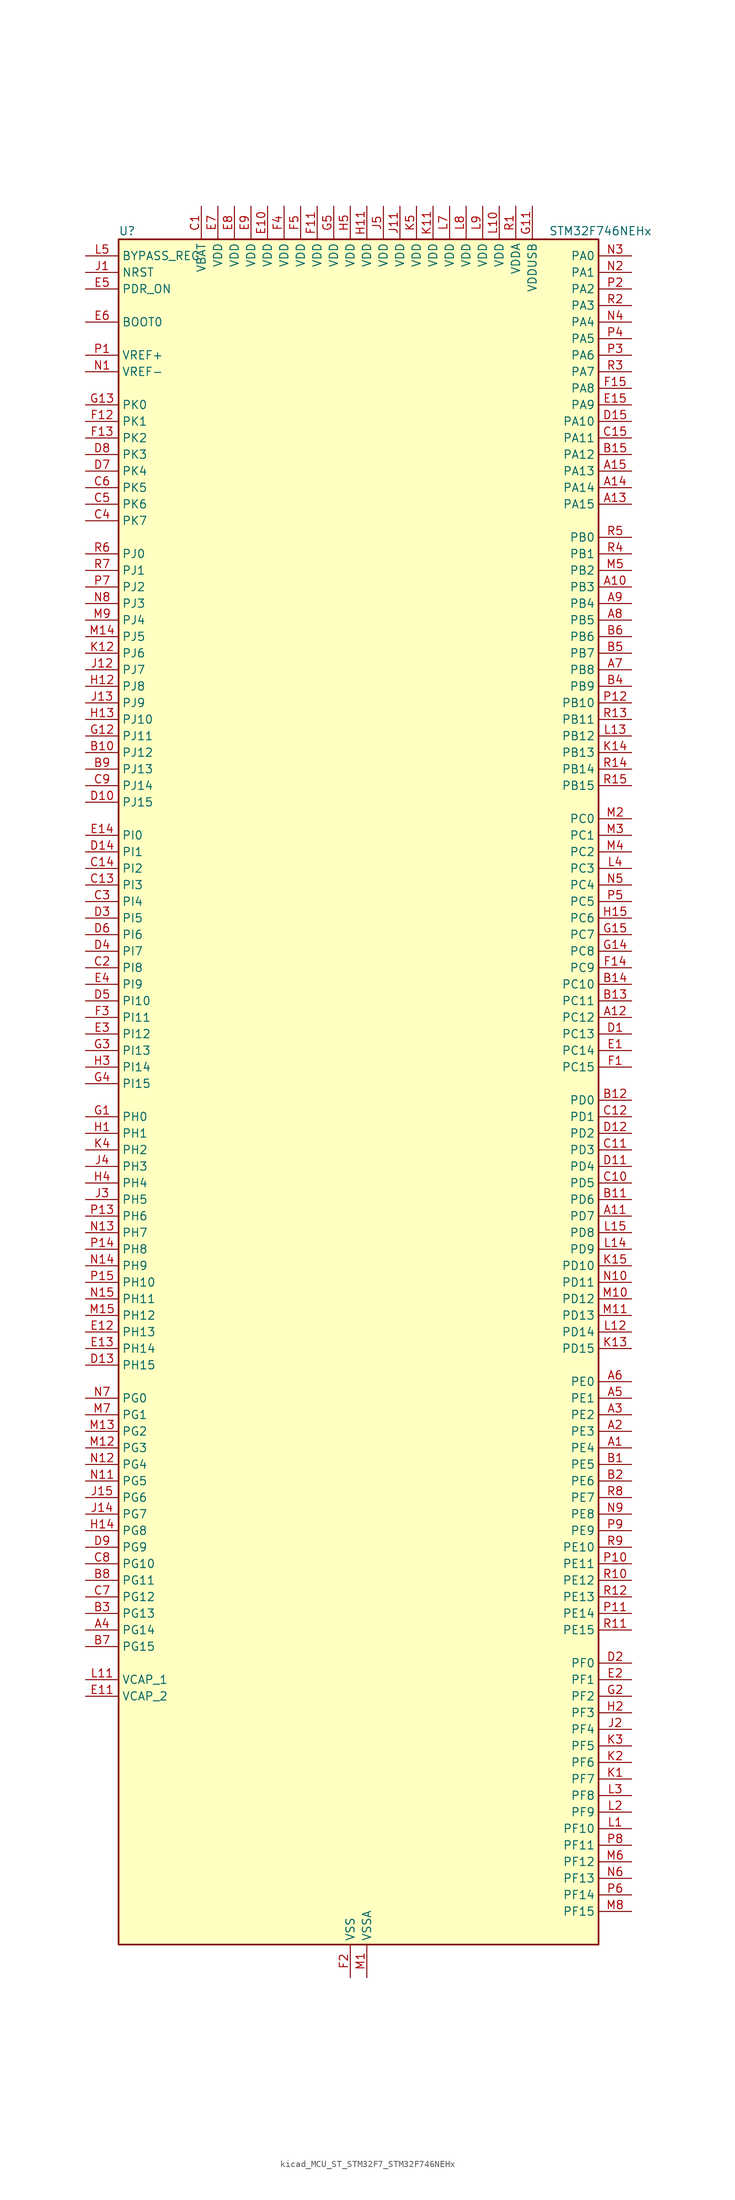
<source format=kicad_sym>
(kicad_symbol_lib
  (version 20220914)
  (generator kicad_symbol_editor)
  (symbol "kicad_MCU_ST_STM32F7_STM32F746NEHx"
    (property "Reference" "U"
      (at -35.56 133.35 0)
      (effects (font (size 1.27 1.27)) (justify left)))
    (property "Value" "STM32F746NEHx"
      (at 30.48 133.35 0)
      (effects (font (size 1.27 1.27)) (justify left)))
    (property "ki_locked" ""
      (at 0 0 0)
      (effects (font (size 1.27 1.27))))
    (symbol "kicad_MCU_ST_STM32F7_STM32F746NEHx_0_1"
      (rectangle (start -35.56 -129.54) (end 38.1 132.08) (stroke (width 0.254) (type default)) (fill (type background))))
    (symbol "kicad_MCU_ST_STM32F7_STM32F746NEHx_1_1"
      (pin bidirectional line (at 43.18 -53.34 180) (length 5.08) (name "PE4" (effects (font (size 1.27 1.27)))) (number "A1" (effects (font (size 1.27 1.27)))) (alternate "DCMI_D4" bidirectional line) (alternate "FMC_A20" bidirectional line) (alternate "LTDC_B0" bidirectional line) (alternate "SAI1_FS_A" bidirectional line) (alternate "SPI4_NSS" bidirectional line) (alternate "SYS_TRACED1" bidirectional line))
      (pin bidirectional line (at 43.18 78.74 180) (length 5.08) (name "PB3" (effects (font (size 1.27 1.27)))) (number "A10" (effects (font (size 1.27 1.27)))) (alternate "I2S1_CK" bidirectional line) (alternate "I2S3_CK" bidirectional line) (alternate "SPI1_SCK" bidirectional line) (alternate "SPI3_SCK" bidirectional line) (alternate "SYS_JTDO-SWO" bidirectional line) (alternate "TIM2_CH2" bidirectional line))
      (pin bidirectional line (at 43.18 -17.78 180) (length 5.08) (name "PD7" (effects (font (size 1.27 1.27)))) (number "A11" (effects (font (size 1.27 1.27)))) (alternate "FMC_NE1" bidirectional line) (alternate "SPDIFRX_IN0" bidirectional line) (alternate "USART2_CK" bidirectional line))
      (pin bidirectional line (at 43.18 12.7 180) (length 5.08) (name "PC12" (effects (font (size 1.27 1.27)))) (number "A12" (effects (font (size 1.27 1.27)))) (alternate "DCMI_D9" bidirectional line) (alternate "I2S3_SD" bidirectional line) (alternate "SDMMC1_CK" bidirectional line) (alternate "SPI3_MOSI" bidirectional line) (alternate "SYS_TRACED3" bidirectional line) (alternate "UART5_TX" bidirectional line) (alternate "USART3_CK" bidirectional line))
      (pin bidirectional line (at 43.18 91.44 180) (length 5.08) (name "PA15" (effects (font (size 1.27 1.27)))) (number "A13" (effects (font (size 1.27 1.27)))) (alternate "CEC" bidirectional line) (alternate "I2S1_WS" bidirectional line) (alternate "I2S3_WS" bidirectional line) (alternate "SPI1_NSS" bidirectional line) (alternate "SPI3_NSS" bidirectional line) (alternate "SYS_JTDI" bidirectional line) (alternate "TIM2_CH1" bidirectional line) (alternate "TIM2_ETR" bidirectional line) (alternate "UART4_DE" bidirectional line) (alternate "UART4_RTS" bidirectional line))
      (pin bidirectional line (at 43.18 93.98 180) (length 5.08) (name "PA14" (effects (font (size 1.27 1.27)))) (number "A14" (effects (font (size 1.27 1.27)))) (alternate "SYS_JTCK-SWCLK" bidirectional line))
      (pin bidirectional line (at 43.18 96.52 180) (length 5.08) (name "PA13" (effects (font (size 1.27 1.27)))) (number "A15" (effects (font (size 1.27 1.27)))) (alternate "SYS_JTMS-SWDIO" bidirectional line))
      (pin bidirectional line (at 43.18 -50.8 180) (length 5.08) (name "PE3" (effects (font (size 1.27 1.27)))) (number "A2" (effects (font (size 1.27 1.27)))) (alternate "FMC_A19" bidirectional line) (alternate "SAI1_SD_B" bidirectional line) (alternate "SYS_TRACED0" bidirectional line))
      (pin bidirectional line (at 43.18 -48.26 180) (length 5.08) (name "PE2" (effects (font (size 1.27 1.27)))) (number "A3" (effects (font (size 1.27 1.27)))) (alternate "ETH_TXD3" bidirectional line) (alternate "FMC_A23" bidirectional line) (alternate "QUADSPI_BK1_IO2" bidirectional line) (alternate "SAI1_MCLK_A" bidirectional line) (alternate "SPI4_SCK" bidirectional line) (alternate "SYS_TRACECLK" bidirectional line))
      (pin bidirectional line (at -40.64 -81.28 0) (length 5.08) (name "PG14" (effects (font (size 1.27 1.27)))) (number "A4" (effects (font (size 1.27 1.27)))) (alternate "ETH_TXD1" bidirectional line) (alternate "FMC_A25" bidirectional line) (alternate "LPTIM1_ETR" bidirectional line) (alternate "LTDC_B0" bidirectional line) (alternate "QUADSPI_BK2_IO3" bidirectional line) (alternate "SPI6_MOSI" bidirectional line) (alternate "SYS_TRACED1" bidirectional line) (alternate "USART6_TX" bidirectional line))
      (pin bidirectional line (at 43.18 -45.72 180) (length 5.08) (name "PE1" (effects (font (size 1.27 1.27)))) (number "A5" (effects (font (size 1.27 1.27)))) (alternate "DCMI_D3" bidirectional line) (alternate "FMC_NBL1" bidirectional line) (alternate "LPTIM1_IN2" bidirectional line) (alternate "UART8_TX" bidirectional line))
      (pin bidirectional line (at 43.18 -43.18 180) (length 5.08) (name "PE0" (effects (font (size 1.27 1.27)))) (number "A6" (effects (font (size 1.27 1.27)))) (alternate "DCMI_D2" bidirectional line) (alternate "FMC_NBL0" bidirectional line) (alternate "LPTIM1_ETR" bidirectional line) (alternate "SAI2_MCLK_A" bidirectional line) (alternate "TIM4_ETR" bidirectional line) (alternate "UART8_RX" bidirectional line))
      (pin bidirectional line (at 43.18 66.04 180) (length 5.08) (name "PB8" (effects (font (size 1.27 1.27)))) (number "A7" (effects (font (size 1.27 1.27)))) (alternate "CAN1_RX" bidirectional line) (alternate "DCMI_D6" bidirectional line) (alternate "ETH_TXD3" bidirectional line) (alternate "I2C1_SCL" bidirectional line) (alternate "LTDC_B6" bidirectional line) (alternate "SDMMC1_D4" bidirectional line) (alternate "TIM10_CH1" bidirectional line) (alternate "TIM4_CH3" bidirectional line))
      (pin bidirectional line (at 43.18 73.66 180) (length 5.08) (name "PB5" (effects (font (size 1.27 1.27)))) (number "A8" (effects (font (size 1.27 1.27)))) (alternate "CAN2_RX" bidirectional line) (alternate "DCMI_D10" bidirectional line) (alternate "ETH_PPS_OUT" bidirectional line) (alternate "FMC_SDCKE1" bidirectional line) (alternate "I2C1_SMBA" bidirectional line) (alternate "I2S1_SD" bidirectional line) (alternate "I2S3_SD" bidirectional line) (alternate "SPI1_MOSI" bidirectional line) (alternate "SPI3_MOSI" bidirectional line) (alternate "TIM3_CH2" bidirectional line) (alternate "USB_OTG_HS_ULPI_D7" bidirectional line))
      (pin bidirectional line (at 43.18 76.2 180) (length 5.08) (name "PB4" (effects (font (size 1.27 1.27)))) (number "A9" (effects (font (size 1.27 1.27)))) (alternate "I2S2_WS" bidirectional line) (alternate "SPI1_MISO" bidirectional line) (alternate "SPI2_NSS" bidirectional line) (alternate "SPI3_MISO" bidirectional line) (alternate "SYS_JTRST" bidirectional line) (alternate "TIM3_CH1" bidirectional line))
      (pin bidirectional line (at 43.18 -55.88 180) (length 5.08) (name "PE5" (effects (font (size 1.27 1.27)))) (number "B1" (effects (font (size 1.27 1.27)))) (alternate "DCMI_D6" bidirectional line) (alternate "FMC_A21" bidirectional line) (alternate "LTDC_G0" bidirectional line) (alternate "SAI1_SCK_A" bidirectional line) (alternate "SPI4_MISO" bidirectional line) (alternate "SYS_TRACED2" bidirectional line) (alternate "TIM9_CH1" bidirectional line))
      (pin bidirectional line (at -40.64 53.34 0) (length 5.08) (name "PJ12" (effects (font (size 1.27 1.27)))) (number "B10" (effects (font (size 1.27 1.27)))) (alternate "LTDC_B0" bidirectional line))
      (pin bidirectional line (at 43.18 -15.24 180) (length 5.08) (name "PD6" (effects (font (size 1.27 1.27)))) (number "B11" (effects (font (size 1.27 1.27)))) (alternate "DCMI_D10" bidirectional line) (alternate "FMC_NWAIT" bidirectional line) (alternate "I2S3_SD" bidirectional line) (alternate "LTDC_B2" bidirectional line) (alternate "SAI1_SD_A" bidirectional line) (alternate "SPI3_MOSI" bidirectional line) (alternate "USART2_RX" bidirectional line))
      (pin bidirectional line (at 43.18 0 180) (length 5.08) (name "PD0" (effects (font (size 1.27 1.27)))) (number "B12" (effects (font (size 1.27 1.27)))) (alternate "CAN1_RX" bidirectional line) (alternate "FMC_D2" bidirectional line) (alternate "FMC_DA2" bidirectional line))
      (pin bidirectional line (at 43.18 15.24 180) (length 5.08) (name "PC11" (effects (font (size 1.27 1.27)))) (number "B13" (effects (font (size 1.27 1.27)))) (alternate "ADC1_EXTI11" bidirectional line) (alternate "ADC2_EXTI11" bidirectional line) (alternate "ADC3_EXTI11" bidirectional line) (alternate "DCMI_D4" bidirectional line) (alternate "QUADSPI_BK2_NCS" bidirectional line) (alternate "SDMMC1_D3" bidirectional line) (alternate "SPI3_MISO" bidirectional line) (alternate "UART4_RX" bidirectional line) (alternate "USART3_RX" bidirectional line))
      (pin bidirectional line (at 43.18 17.78 180) (length 5.08) (name "PC10" (effects (font (size 1.27 1.27)))) (number "B14" (effects (font (size 1.27 1.27)))) (alternate "DCMI_D8" bidirectional line) (alternate "I2S3_CK" bidirectional line) (alternate "LTDC_R2" bidirectional line) (alternate "QUADSPI_BK1_IO1" bidirectional line) (alternate "SDMMC1_D2" bidirectional line) (alternate "SPI3_SCK" bidirectional line) (alternate "UART4_TX" bidirectional line) (alternate "USART3_TX" bidirectional line))
      (pin bidirectional line (at 43.18 99.06 180) (length 5.08) (name "PA12" (effects (font (size 1.27 1.27)))) (number "B15" (effects (font (size 1.27 1.27)))) (alternate "CAN1_TX" bidirectional line) (alternate "LTDC_R5" bidirectional line) (alternate "SAI2_FS_B" bidirectional line) (alternate "TIM1_ETR" bidirectional line) (alternate "USART1_DE" bidirectional line) (alternate "USART1_RTS" bidirectional line) (alternate "USB_OTG_FS_DP" bidirectional line))
      (pin bidirectional line (at 43.18 -58.42 180) (length 5.08) (name "PE6" (effects (font (size 1.27 1.27)))) (number "B2" (effects (font (size 1.27 1.27)))) (alternate "DCMI_D7" bidirectional line) (alternate "FMC_A22" bidirectional line) (alternate "LTDC_G1" bidirectional line) (alternate "SAI1_SD_A" bidirectional line) (alternate "SAI2_MCLK_B" bidirectional line) (alternate "SPI4_MOSI" bidirectional line) (alternate "SYS_TRACED3" bidirectional line) (alternate "TIM1_BKIN2" bidirectional line) (alternate "TIM9_CH2" bidirectional line))
      (pin bidirectional line (at -40.64 -78.74 0) (length 5.08) (name "PG13" (effects (font (size 1.27 1.27)))) (number "B3" (effects (font (size 1.27 1.27)))) (alternate "ETH_TXD0" bidirectional line) (alternate "FMC_A24" bidirectional line) (alternate "LPTIM1_OUT" bidirectional line) (alternate "LTDC_R0" bidirectional line) (alternate "SPI6_SCK" bidirectional line) (alternate "SYS_TRACED0" bidirectional line) (alternate "USART6_CTS" bidirectional line))
      (pin bidirectional line (at 43.18 63.5 180) (length 5.08) (name "PB9" (effects (font (size 1.27 1.27)))) (number "B4" (effects (font (size 1.27 1.27)))) (alternate "CAN1_TX" bidirectional line) (alternate "DAC_EXTI9" bidirectional line) (alternate "DCMI_D7" bidirectional line) (alternate "I2C1_SDA" bidirectional line) (alternate "I2S2_WS" bidirectional line) (alternate "LTDC_B7" bidirectional line) (alternate "SDMMC1_D5" bidirectional line) (alternate "SPI2_NSS" bidirectional line) (alternate "TIM11_CH1" bidirectional line) (alternate "TIM4_CH4" bidirectional line))
      (pin bidirectional line (at 43.18 68.58 180) (length 5.08) (name "PB7" (effects (font (size 1.27 1.27)))) (number "B5" (effects (font (size 1.27 1.27)))) (alternate "DCMI_VSYNC" bidirectional line) (alternate "FMC_NL" bidirectional line) (alternate "I2C1_SDA" bidirectional line) (alternate "TIM4_CH2" bidirectional line) (alternate "USART1_RX" bidirectional line))
      (pin bidirectional line (at 43.18 71.12 180) (length 5.08) (name "PB6" (effects (font (size 1.27 1.27)))) (number "B6" (effects (font (size 1.27 1.27)))) (alternate "CAN2_TX" bidirectional line) (alternate "CEC" bidirectional line) (alternate "DCMI_D5" bidirectional line) (alternate "FMC_SDNE1" bidirectional line) (alternate "I2C1_SCL" bidirectional line) (alternate "QUADSPI_BK1_NCS" bidirectional line) (alternate "TIM4_CH1" bidirectional line) (alternate "USART1_TX" bidirectional line))
      (pin bidirectional line (at -40.64 -83.82 0) (length 5.08) (name "PG15" (effects (font (size 1.27 1.27)))) (number "B7" (effects (font (size 1.27 1.27)))) (alternate "DCMI_D13" bidirectional line) (alternate "FMC_SDNCAS" bidirectional line) (alternate "USART6_CTS" bidirectional line))
      (pin bidirectional line (at -40.64 -73.66 0) (length 5.08) (name "PG11" (effects (font (size 1.27 1.27)))) (number "B8" (effects (font (size 1.27 1.27)))) (alternate "ADC1_EXTI11" bidirectional line) (alternate "ADC2_EXTI11" bidirectional line) (alternate "ADC3_EXTI11" bidirectional line) (alternate "DCMI_D3" bidirectional line) (alternate "ETH_TX_EN" bidirectional line) (alternate "LTDC_B3" bidirectional line) (alternate "SPDIFRX_IN0" bidirectional line))
      (pin bidirectional line (at -40.64 50.8 0) (length 5.08) (name "PJ13" (effects (font (size 1.27 1.27)))) (number "B9" (effects (font (size 1.27 1.27)))) (alternate "LTDC_B1" bidirectional line))
      (pin power_in line (at -22.86 137.16 270) (length 5.08) (name "VBAT" (effects (font (size 1.27 1.27)))) (number "C1" (effects (font (size 1.27 1.27)))))
      (pin bidirectional line (at 43.18 -12.7 180) (length 5.08) (name "PD5" (effects (font (size 1.27 1.27)))) (number "C10" (effects (font (size 1.27 1.27)))) (alternate "FMC_NWE" bidirectional line) (alternate "USART2_TX" bidirectional line))
      (pin bidirectional line (at 43.18 -7.62 180) (length 5.08) (name "PD3" (effects (font (size 1.27 1.27)))) (number "C11" (effects (font (size 1.27 1.27)))) (alternate "DCMI_D5" bidirectional line) (alternate "FMC_CLK" bidirectional line) (alternate "I2S2_CK" bidirectional line) (alternate "LTDC_G7" bidirectional line) (alternate "SPI2_SCK" bidirectional line) (alternate "USART2_CTS" bidirectional line))
      (pin bidirectional line (at 43.18 -2.54 180) (length 5.08) (name "PD1" (effects (font (size 1.27 1.27)))) (number "C12" (effects (font (size 1.27 1.27)))) (alternate "CAN1_TX" bidirectional line) (alternate "FMC_D3" bidirectional line) (alternate "FMC_DA3" bidirectional line))
      (pin bidirectional line (at -40.64 33.02 0) (length 5.08) (name "PI3" (effects (font (size 1.27 1.27)))) (number "C13" (effects (font (size 1.27 1.27)))) (alternate "DCMI_D10" bidirectional line) (alternate "FMC_D27" bidirectional line) (alternate "I2S2_SD" bidirectional line) (alternate "SPI2_MOSI" bidirectional line) (alternate "TIM8_ETR" bidirectional line))
      (pin bidirectional line (at -40.64 35.56 0) (length 5.08) (name "PI2" (effects (font (size 1.27 1.27)))) (number "C14" (effects (font (size 1.27 1.27)))) (alternate "DCMI_D9" bidirectional line) (alternate "FMC_D26" bidirectional line) (alternate "LTDC_G7" bidirectional line) (alternate "SPI2_MISO" bidirectional line) (alternate "TIM8_CH4" bidirectional line))
      (pin bidirectional line (at 43.18 101.6 180) (length 5.08) (name "PA11" (effects (font (size 1.27 1.27)))) (number "C15" (effects (font (size 1.27 1.27)))) (alternate "ADC1_EXTI11" bidirectional line) (alternate "ADC2_EXTI11" bidirectional line) (alternate "ADC3_EXTI11" bidirectional line) (alternate "CAN1_RX" bidirectional line) (alternate "LTDC_R4" bidirectional line) (alternate "TIM1_CH4" bidirectional line) (alternate "USART1_CTS" bidirectional line) (alternate "USB_OTG_FS_DM" bidirectional line))
      (pin bidirectional line (at -40.64 20.32 0) (length 5.08) (name "PI8" (effects (font (size 1.27 1.27)))) (number "C2" (effects (font (size 1.27 1.27)))) (alternate "RTC_TAMP2" bidirectional line) (alternate "RTC_TS" bidirectional line) (alternate "SYS_WKUP5" bidirectional line))
      (pin bidirectional line (at -40.64 30.48 0) (length 5.08) (name "PI4" (effects (font (size 1.27 1.27)))) (number "C3" (effects (font (size 1.27 1.27)))) (alternate "DCMI_D5" bidirectional line) (alternate "FMC_NBL2" bidirectional line) (alternate "LTDC_B4" bidirectional line) (alternate "SAI2_MCLK_A" bidirectional line) (alternate "TIM8_BKIN" bidirectional line))
      (pin bidirectional line (at -40.64 88.9 0) (length 5.08) (name "PK7" (effects (font (size 1.27 1.27)))) (number "C4" (effects (font (size 1.27 1.27)))) (alternate "LTDC_DE" bidirectional line))
      (pin bidirectional line (at -40.64 91.44 0) (length 5.08) (name "PK6" (effects (font (size 1.27 1.27)))) (number "C5" (effects (font (size 1.27 1.27)))) (alternate "LTDC_B7" bidirectional line))
      (pin bidirectional line (at -40.64 93.98 0) (length 5.08) (name "PK5" (effects (font (size 1.27 1.27)))) (number "C6" (effects (font (size 1.27 1.27)))) (alternate "LTDC_B6" bidirectional line))
      (pin bidirectional line (at -40.64 -76.2 0) (length 5.08) (name "PG12" (effects (font (size 1.27 1.27)))) (number "C7" (effects (font (size 1.27 1.27)))) (alternate "FMC_NE4" bidirectional line) (alternate "LPTIM1_IN1" bidirectional line) (alternate "LTDC_B1" bidirectional line) (alternate "LTDC_B4" bidirectional line) (alternate "SPDIFRX_IN1" bidirectional line) (alternate "SPI6_MISO" bidirectional line) (alternate "USART6_DE" bidirectional line) (alternate "USART6_RTS" bidirectional line))
      (pin bidirectional line (at -40.64 -71.12 0) (length 5.08) (name "PG10" (effects (font (size 1.27 1.27)))) (number "C8" (effects (font (size 1.27 1.27)))) (alternate "DCMI_D2" bidirectional line) (alternate "FMC_NE3" bidirectional line) (alternate "LTDC_B2" bidirectional line) (alternate "LTDC_G3" bidirectional line) (alternate "SAI2_SD_B" bidirectional line))
      (pin bidirectional line (at -40.64 48.26 0) (length 5.08) (name "PJ14" (effects (font (size 1.27 1.27)))) (number "C9" (effects (font (size 1.27 1.27)))) (alternate "LTDC_B2" bidirectional line))
      (pin bidirectional line (at 43.18 10.16 180) (length 5.08) (name "PC13" (effects (font (size 1.27 1.27)))) (number "D1" (effects (font (size 1.27 1.27)))) (alternate "RTC_OUT" bidirectional line) (alternate "RTC_TAMP1" bidirectional line) (alternate "RTC_TS" bidirectional line) (alternate "SYS_WKUP4" bidirectional line))
      (pin bidirectional line (at -40.64 45.72 0) (length 5.08) (name "PJ15" (effects (font (size 1.27 1.27)))) (number "D10" (effects (font (size 1.27 1.27)))) (alternate "LTDC_B3" bidirectional line))
      (pin bidirectional line (at 43.18 -10.16 180) (length 5.08) (name "PD4" (effects (font (size 1.27 1.27)))) (number "D11" (effects (font (size 1.27 1.27)))) (alternate "FMC_NOE" bidirectional line) (alternate "USART2_DE" bidirectional line) (alternate "USART2_RTS" bidirectional line))
      (pin bidirectional line (at 43.18 -5.08 180) (length 5.08) (name "PD2" (effects (font (size 1.27 1.27)))) (number "D12" (effects (font (size 1.27 1.27)))) (alternate "DCMI_D11" bidirectional line) (alternate "SDMMC1_CMD" bidirectional line) (alternate "SYS_TRACED2" bidirectional line) (alternate "TIM3_ETR" bidirectional line) (alternate "UART5_RX" bidirectional line))
      (pin bidirectional line (at -40.64 -40.64 0) (length 5.08) (name "PH15" (effects (font (size 1.27 1.27)))) (number "D13" (effects (font (size 1.27 1.27)))) (alternate "DCMI_D11" bidirectional line) (alternate "FMC_D23" bidirectional line) (alternate "LTDC_G4" bidirectional line) (alternate "TIM8_CH3N" bidirectional line))
      (pin bidirectional line (at -40.64 38.1 0) (length 5.08) (name "PI1" (effects (font (size 1.27 1.27)))) (number "D14" (effects (font (size 1.27 1.27)))) (alternate "DCMI_D8" bidirectional line) (alternate "FMC_D25" bidirectional line) (alternate "I2S2_CK" bidirectional line) (alternate "LTDC_G6" bidirectional line) (alternate "SPI2_SCK" bidirectional line) (alternate "TIM8_BKIN2" bidirectional line))
      (pin bidirectional line (at 43.18 104.14 180) (length 5.08) (name "PA10" (effects (font (size 1.27 1.27)))) (number "D15" (effects (font (size 1.27 1.27)))) (alternate "DCMI_D1" bidirectional line) (alternate "TIM1_CH3" bidirectional line) (alternate "USART1_RX" bidirectional line) (alternate "USB_OTG_FS_ID" bidirectional line))
      (pin bidirectional line (at 43.18 -86.36 180) (length 5.08) (name "PF0" (effects (font (size 1.27 1.27)))) (number "D2" (effects (font (size 1.27 1.27)))) (alternate "FMC_A0" bidirectional line) (alternate "I2C2_SDA" bidirectional line))
      (pin bidirectional line (at -40.64 27.94 0) (length 5.08) (name "PI5" (effects (font (size 1.27 1.27)))) (number "D3" (effects (font (size 1.27 1.27)))) (alternate "DCMI_VSYNC" bidirectional line) (alternate "FMC_NBL3" bidirectional line) (alternate "LTDC_B5" bidirectional line) (alternate "SAI2_SCK_A" bidirectional line) (alternate "TIM8_CH1" bidirectional line))
      (pin bidirectional line (at -40.64 22.86 0) (length 5.08) (name "PI7" (effects (font (size 1.27 1.27)))) (number "D4" (effects (font (size 1.27 1.27)))) (alternate "DCMI_D7" bidirectional line) (alternate "FMC_D29" bidirectional line) (alternate "LTDC_B7" bidirectional line) (alternate "SAI2_FS_A" bidirectional line) (alternate "TIM8_CH3" bidirectional line))
      (pin bidirectional line (at -40.64 15.24 0) (length 5.08) (name "PI10" (effects (font (size 1.27 1.27)))) (number "D5" (effects (font (size 1.27 1.27)))) (alternate "ETH_RX_ER" bidirectional line) (alternate "FMC_D31" bidirectional line) (alternate "LTDC_HSYNC" bidirectional line))
      (pin bidirectional line (at -40.64 25.4 0) (length 5.08) (name "PI6" (effects (font (size 1.27 1.27)))) (number "D6" (effects (font (size 1.27 1.27)))) (alternate "DCMI_D6" bidirectional line) (alternate "FMC_D28" bidirectional line) (alternate "LTDC_B6" bidirectional line) (alternate "SAI2_SD_A" bidirectional line) (alternate "TIM8_CH2" bidirectional line))
      (pin bidirectional line (at -40.64 96.52 0) (length 5.08) (name "PK4" (effects (font (size 1.27 1.27)))) (number "D7" (effects (font (size 1.27 1.27)))) (alternate "LTDC_B5" bidirectional line))
      (pin bidirectional line (at -40.64 99.06 0) (length 5.08) (name "PK3" (effects (font (size 1.27 1.27)))) (number "D8" (effects (font (size 1.27 1.27)))) (alternate "LTDC_B4" bidirectional line))
      (pin bidirectional line (at -40.64 -68.58 0) (length 5.08) (name "PG9" (effects (font (size 1.27 1.27)))) (number "D9" (effects (font (size 1.27 1.27)))) (alternate "DAC_EXTI9" bidirectional line) (alternate "DCMI_VSYNC" bidirectional line) (alternate "FMC_NCE" bidirectional line) (alternate "FMC_NE2" bidirectional line) (alternate "QUADSPI_BK2_IO2" bidirectional line) (alternate "SAI2_FS_B" bidirectional line) (alternate "SPDIFRX_IN3" bidirectional line) (alternate "USART6_RX" bidirectional line))
      (pin bidirectional line (at 43.18 7.62 180) (length 5.08) (name "PC14" (effects (font (size 1.27 1.27)))) (number "E1" (effects (font (size 1.27 1.27)))) (alternate "RCC_OSC32_IN" bidirectional line))
      (pin power_in line (at -12.7 137.16 270) (length 5.08) (name "VDD" (effects (font (size 1.27 1.27)))) (number "E10" (effects (font (size 1.27 1.27)))))
      (pin power_out line (at -40.64 -91.44 0) (length 5.08) (name "VCAP_2" (effects (font (size 1.27 1.27)))) (number "E11" (effects (font (size 1.27 1.27)))))
      (pin bidirectional line (at -40.64 -35.56 0) (length 5.08) (name "PH13" (effects (font (size 1.27 1.27)))) (number "E12" (effects (font (size 1.27 1.27)))) (alternate "CAN1_TX" bidirectional line) (alternate "FMC_D21" bidirectional line) (alternate "LTDC_G2" bidirectional line) (alternate "TIM8_CH1N" bidirectional line))
      (pin bidirectional line (at -40.64 -38.1 0) (length 5.08) (name "PH14" (effects (font (size 1.27 1.27)))) (number "E13" (effects (font (size 1.27 1.27)))) (alternate "DCMI_D4" bidirectional line) (alternate "FMC_D22" bidirectional line) (alternate "LTDC_G3" bidirectional line) (alternate "TIM8_CH2N" bidirectional line))
      (pin bidirectional line (at -40.64 40.64 0) (length 5.08) (name "PI0" (effects (font (size 1.27 1.27)))) (number "E14" (effects (font (size 1.27 1.27)))) (alternate "DCMI_D13" bidirectional line) (alternate "FMC_D24" bidirectional line) (alternate "I2S2_WS" bidirectional line) (alternate "LTDC_G5" bidirectional line) (alternate "SPI2_NSS" bidirectional line) (alternate "TIM5_CH4" bidirectional line))
      (pin bidirectional line (at 43.18 106.68 180) (length 5.08) (name "PA9" (effects (font (size 1.27 1.27)))) (number "E15" (effects (font (size 1.27 1.27)))) (alternate "DAC_EXTI9" bidirectional line) (alternate "DCMI_D0" bidirectional line) (alternate "I2C3_SMBA" bidirectional line) (alternate "I2S2_CK" bidirectional line) (alternate "SPI2_SCK" bidirectional line) (alternate "TIM1_CH2" bidirectional line) (alternate "USART1_TX" bidirectional line) (alternate "USB_OTG_FS_VBUS" bidirectional line))
      (pin bidirectional line (at 43.18 -88.9 180) (length 5.08) (name "PF1" (effects (font (size 1.27 1.27)))) (number "E2" (effects (font (size 1.27 1.27)))) (alternate "FMC_A1" bidirectional line) (alternate "I2C2_SCL" bidirectional line))
      (pin bidirectional line (at -40.64 10.16 0) (length 5.08) (name "PI12" (effects (font (size 1.27 1.27)))) (number "E3" (effects (font (size 1.27 1.27)))) (alternate "LTDC_HSYNC" bidirectional line))
      (pin bidirectional line (at -40.64 17.78 0) (length 5.08) (name "PI9" (effects (font (size 1.27 1.27)))) (number "E4" (effects (font (size 1.27 1.27)))) (alternate "CAN1_RX" bidirectional line) (alternate "DAC_EXTI9" bidirectional line) (alternate "FMC_D30" bidirectional line) (alternate "LTDC_VSYNC" bidirectional line))
      (pin input line (at -40.64 124.46 0) (length 5.08) (name "PDR_ON" (effects (font (size 1.27 1.27)))) (number "E5" (effects (font (size 1.27 1.27)))))
      (pin input line (at -40.64 119.38 0) (length 5.08) (name "BOOT0" (effects (font (size 1.27 1.27)))) (number "E6" (effects (font (size 1.27 1.27)))))
      (pin power_in line (at -20.32 137.16 270) (length 5.08) (name "VDD" (effects (font (size 1.27 1.27)))) (number "E7" (effects (font (size 1.27 1.27)))))
      (pin power_in line (at -17.78 137.16 270) (length 5.08) (name "VDD" (effects (font (size 1.27 1.27)))) (number "E8" (effects (font (size 1.27 1.27)))))
      (pin power_in line (at -15.24 137.16 270) (length 5.08) (name "VDD" (effects (font (size 1.27 1.27)))) (number "E9" (effects (font (size 1.27 1.27)))))
      (pin bidirectional line (at 43.18 5.08 180) (length 5.08) (name "PC15" (effects (font (size 1.27 1.27)))) (number "F1" (effects (font (size 1.27 1.27)))) (alternate "RCC_OSC32_OUT" bidirectional line))
      (pin passive line (at 0 -134.62 90) (length 5.08) hide (name "VSS" (effects (font (size 1.27 1.27)))) (number "F10" (effects (font (size 1.27 1.27)))))
      (pin power_in line (at -5.08 137.16 270) (length 5.08) (name "VDD" (effects (font (size 1.27 1.27)))) (number "F11" (effects (font (size 1.27 1.27)))))
      (pin bidirectional line (at -40.64 104.14 0) (length 5.08) (name "PK1" (effects (font (size 1.27 1.27)))) (number "F12" (effects (font (size 1.27 1.27)))) (alternate "LTDC_G6" bidirectional line))
      (pin bidirectional line (at -40.64 101.6 0) (length 5.08) (name "PK2" (effects (font (size 1.27 1.27)))) (number "F13" (effects (font (size 1.27 1.27)))) (alternate "LTDC_G7" bidirectional line))
      (pin bidirectional line (at 43.18 20.32 180) (length 5.08) (name "PC9" (effects (font (size 1.27 1.27)))) (number "F14" (effects (font (size 1.27 1.27)))) (alternate "DAC_EXTI9" bidirectional line) (alternate "DCMI_D3" bidirectional line) (alternate "I2C3_SDA" bidirectional line) (alternate "I2S_CKIN" bidirectional line) (alternate "QUADSPI_BK1_IO0" bidirectional line) (alternate "RCC_MCO_2" bidirectional line) (alternate "SDMMC1_D1" bidirectional line) (alternate "TIM3_CH4" bidirectional line) (alternate "TIM8_CH4" bidirectional line) (alternate "UART5_CTS" bidirectional line))
      (pin bidirectional line (at 43.18 109.22 180) (length 5.08) (name "PA8" (effects (font (size 1.27 1.27)))) (number "F15" (effects (font (size 1.27 1.27)))) (alternate "I2C3_SCL" bidirectional line) (alternate "LTDC_R6" bidirectional line) (alternate "RCC_MCO_1" bidirectional line) (alternate "TIM1_CH1" bidirectional line) (alternate "TIM8_BKIN2" bidirectional line) (alternate "USART1_CK" bidirectional line) (alternate "USB_OTG_FS_SOF" bidirectional line))
      (pin power_in line (at 0 -134.62 90) (length 5.08) (name "VSS" (effects (font (size 1.27 1.27)))) (number "F2" (effects (font (size 1.27 1.27)))))
      (pin bidirectional line (at -40.64 12.7 0) (length 5.08) (name "PI11" (effects (font (size 1.27 1.27)))) (number "F3" (effects (font (size 1.27 1.27)))) (alternate "ADC1_EXTI11" bidirectional line) (alternate "ADC2_EXTI11" bidirectional line) (alternate "ADC3_EXTI11" bidirectional line) (alternate "SYS_WKUP6" bidirectional line) (alternate "USB_OTG_HS_ULPI_DIR" bidirectional line))
      (pin power_in line (at -10.16 137.16 270) (length 5.08) (name "VDD" (effects (font (size 1.27 1.27)))) (number "F4" (effects (font (size 1.27 1.27)))))
      (pin power_in line (at -7.62 137.16 270) (length 5.08) (name "VDD" (effects (font (size 1.27 1.27)))) (number "F5" (effects (font (size 1.27 1.27)))))
      (pin passive line (at 0 -134.62 90) (length 5.08) hide (name "VSS" (effects (font (size 1.27 1.27)))) (number "F6" (effects (font (size 1.27 1.27)))))
      (pin passive line (at 0 -134.62 90) (length 5.08) hide (name "VSS" (effects (font (size 1.27 1.27)))) (number "F7" (effects (font (size 1.27 1.27)))))
      (pin passive line (at 0 -134.62 90) (length 5.08) hide (name "VSS" (effects (font (size 1.27 1.27)))) (number "F8" (effects (font (size 1.27 1.27)))))
      (pin passive line (at 0 -134.62 90) (length 5.08) hide (name "VSS" (effects (font (size 1.27 1.27)))) (number "F9" (effects (font (size 1.27 1.27)))))
      (pin bidirectional line (at -40.64 -2.54 0) (length 5.08) (name "PH0" (effects (font (size 1.27 1.27)))) (number "G1" (effects (font (size 1.27 1.27)))) (alternate "RCC_OSC_IN" bidirectional line))
      (pin passive line (at 0 -134.62 90) (length 5.08) hide (name "VSS" (effects (font (size 1.27 1.27)))) (number "G10" (effects (font (size 1.27 1.27)))))
      (pin power_in line (at 27.94 137.16 270) (length 5.08) (name "VDDUSB" (effects (font (size 1.27 1.27)))) (number "G11" (effects (font (size 1.27 1.27)))))
      (pin bidirectional line (at -40.64 55.88 0) (length 5.08) (name "PJ11" (effects (font (size 1.27 1.27)))) (number "G12" (effects (font (size 1.27 1.27)))) (alternate "ADC1_EXTI11" bidirectional line) (alternate "ADC2_EXTI11" bidirectional line) (alternate "ADC3_EXTI11" bidirectional line) (alternate "LTDC_G4" bidirectional line))
      (pin bidirectional line (at -40.64 106.68 0) (length 5.08) (name "PK0" (effects (font (size 1.27 1.27)))) (number "G13" (effects (font (size 1.27 1.27)))) (alternate "LTDC_G5" bidirectional line))
      (pin bidirectional line (at 43.18 22.86 180) (length 5.08) (name "PC8" (effects (font (size 1.27 1.27)))) (number "G14" (effects (font (size 1.27 1.27)))) (alternate "DCMI_D2" bidirectional line) (alternate "SDMMC1_D0" bidirectional line) (alternate "SYS_TRACED1" bidirectional line) (alternate "TIM3_CH3" bidirectional line) (alternate "TIM8_CH3" bidirectional line) (alternate "UART5_DE" bidirectional line) (alternate "UART5_RTS" bidirectional line) (alternate "USART6_CK" bidirectional line))
      (pin bidirectional line (at 43.18 25.4 180) (length 5.08) (name "PC7" (effects (font (size 1.27 1.27)))) (number "G15" (effects (font (size 1.27 1.27)))) (alternate "DCMI_D1" bidirectional line) (alternate "I2S3_MCK" bidirectional line) (alternate "LTDC_G6" bidirectional line) (alternate "SDMMC1_D7" bidirectional line) (alternate "TIM3_CH2" bidirectional line) (alternate "TIM8_CH2" bidirectional line) (alternate "USART6_RX" bidirectional line))
      (pin bidirectional line (at 43.18 -91.44 180) (length 5.08) (name "PF2" (effects (font (size 1.27 1.27)))) (number "G2" (effects (font (size 1.27 1.27)))) (alternate "FMC_A2" bidirectional line) (alternate "I2C2_SMBA" bidirectional line))
      (pin bidirectional line (at -40.64 7.62 0) (length 5.08) (name "PI13" (effects (font (size 1.27 1.27)))) (number "G3" (effects (font (size 1.27 1.27)))) (alternate "LTDC_VSYNC" bidirectional line))
      (pin bidirectional line (at -40.64 2.54 0) (length 5.08) (name "PI15" (effects (font (size 1.27 1.27)))) (number "G4" (effects (font (size 1.27 1.27)))) (alternate "LTDC_R0" bidirectional line))
      (pin power_in line (at -2.54 137.16 270) (length 5.08) (name "VDD" (effects (font (size 1.27 1.27)))) (number "G5" (effects (font (size 1.27 1.27)))))
      (pin passive line (at 0 -134.62 90) (length 5.08) hide (name "VSS" (effects (font (size 1.27 1.27)))) (number "G6" (effects (font (size 1.27 1.27)))))
      (pin bidirectional line (at -40.64 -5.08 0) (length 5.08) (name "PH1" (effects (font (size 1.27 1.27)))) (number "H1" (effects (font (size 1.27 1.27)))) (alternate "RCC_OSC_OUT" bidirectional line))
      (pin passive line (at 0 -134.62 90) (length 5.08) hide (name "VSS" (effects (font (size 1.27 1.27)))) (number "H10" (effects (font (size 1.27 1.27)))))
      (pin power_in line (at 2.54 137.16 270) (length 5.08) (name "VDD" (effects (font (size 1.27 1.27)))) (number "H11" (effects (font (size 1.27 1.27)))))
      (pin bidirectional line (at -40.64 63.5 0) (length 5.08) (name "PJ8" (effects (font (size 1.27 1.27)))) (number "H12" (effects (font (size 1.27 1.27)))) (alternate "LTDC_G1" bidirectional line))
      (pin bidirectional line (at -40.64 58.42 0) (length 5.08) (name "PJ10" (effects (font (size 1.27 1.27)))) (number "H13" (effects (font (size 1.27 1.27)))) (alternate "LTDC_G3" bidirectional line))
      (pin bidirectional line (at -40.64 -66.04 0) (length 5.08) (name "PG8" (effects (font (size 1.27 1.27)))) (number "H14" (effects (font (size 1.27 1.27)))) (alternate "ETH_PPS_OUT" bidirectional line) (alternate "FMC_SDCLK" bidirectional line) (alternate "SPDIFRX_IN2" bidirectional line) (alternate "SPI6_NSS" bidirectional line) (alternate "USART6_DE" bidirectional line) (alternate "USART6_RTS" bidirectional line))
      (pin bidirectional line (at 43.18 27.94 180) (length 5.08) (name "PC6" (effects (font (size 1.27 1.27)))) (number "H15" (effects (font (size 1.27 1.27)))) (alternate "DCMI_D0" bidirectional line) (alternate "I2S2_MCK" bidirectional line) (alternate "LTDC_HSYNC" bidirectional line) (alternate "SDMMC1_D6" bidirectional line) (alternate "TIM3_CH1" bidirectional line) (alternate "TIM8_CH1" bidirectional line) (alternate "USART6_TX" bidirectional line))
      (pin bidirectional line (at 43.18 -93.98 180) (length 5.08) (name "PF3" (effects (font (size 1.27 1.27)))) (number "H2" (effects (font (size 1.27 1.27)))) (alternate "ADC3_IN9" bidirectional line) (alternate "FMC_A3" bidirectional line))
      (pin bidirectional line (at -40.64 5.08 0) (length 5.08) (name "PI14" (effects (font (size 1.27 1.27)))) (number "H3" (effects (font (size 1.27 1.27)))) (alternate "LTDC_CLK" bidirectional line))
      (pin bidirectional line (at -40.64 -12.7 0) (length 5.08) (name "PH4" (effects (font (size 1.27 1.27)))) (number "H4" (effects (font (size 1.27 1.27)))) (alternate "I2C2_SCL" bidirectional line) (alternate "USB_OTG_HS_ULPI_NXT" bidirectional line))
      (pin power_in line (at 0 137.16 270) (length 5.08) (name "VDD" (effects (font (size 1.27 1.27)))) (number "H5" (effects (font (size 1.27 1.27)))))
      (pin passive line (at 0 -134.62 90) (length 5.08) hide (name "VSS" (effects (font (size 1.27 1.27)))) (number "H6" (effects (font (size 1.27 1.27)))))
      (pin input line (at -40.64 127 0) (length 5.08) (name "NRST" (effects (font (size 1.27 1.27)))) (number "J1" (effects (font (size 1.27 1.27)))))
      (pin passive line (at 0 -134.62 90) (length 5.08) hide (name "VSS" (effects (font (size 1.27 1.27)))) (number "J10" (effects (font (size 1.27 1.27)))))
      (pin power_in line (at 7.62 137.16 270) (length 5.08) (name "VDD" (effects (font (size 1.27 1.27)))) (number "J11" (effects (font (size 1.27 1.27)))))
      (pin bidirectional line (at -40.64 66.04 0) (length 5.08) (name "PJ7" (effects (font (size 1.27 1.27)))) (number "J12" (effects (font (size 1.27 1.27)))) (alternate "LTDC_G0" bidirectional line))
      (pin bidirectional line (at -40.64 60.96 0) (length 5.08) (name "PJ9" (effects (font (size 1.27 1.27)))) (number "J13" (effects (font (size 1.27 1.27)))) (alternate "DAC_EXTI9" bidirectional line) (alternate "LTDC_G2" bidirectional line))
      (pin bidirectional line (at -40.64 -63.5 0) (length 5.08) (name "PG7" (effects (font (size 1.27 1.27)))) (number "J14" (effects (font (size 1.27 1.27)))) (alternate "DCMI_D13" bidirectional line) (alternate "FMC_INT" bidirectional line) (alternate "LTDC_CLK" bidirectional line) (alternate "USART6_CK" bidirectional line))
      (pin bidirectional line (at -40.64 -60.96 0) (length 5.08) (name "PG6" (effects (font (size 1.27 1.27)))) (number "J15" (effects (font (size 1.27 1.27)))) (alternate "DCMI_D12" bidirectional line) (alternate "LTDC_R7" bidirectional line))
      (pin bidirectional line (at 43.18 -96.52 180) (length 5.08) (name "PF4" (effects (font (size 1.27 1.27)))) (number "J2" (effects (font (size 1.27 1.27)))) (alternate "ADC3_IN14" bidirectional line) (alternate "FMC_A4" bidirectional line))
      (pin bidirectional line (at -40.64 -15.24 0) (length 5.08) (name "PH5" (effects (font (size 1.27 1.27)))) (number "J3" (effects (font (size 1.27 1.27)))) (alternate "FMC_SDNWE" bidirectional line) (alternate "I2C2_SDA" bidirectional line) (alternate "SPI5_NSS" bidirectional line))
      (pin bidirectional line (at -40.64 -10.16 0) (length 5.08) (name "PH3" (effects (font (size 1.27 1.27)))) (number "J4" (effects (font (size 1.27 1.27)))) (alternate "ETH_COL" bidirectional line) (alternate "FMC_SDNE0" bidirectional line) (alternate "LTDC_R1" bidirectional line) (alternate "QUADSPI_BK2_IO1" bidirectional line) (alternate "SAI2_MCLK_B" bidirectional line))
      (pin power_in line (at 5.08 137.16 270) (length 5.08) (name "VDD" (effects (font (size 1.27 1.27)))) (number "J5" (effects (font (size 1.27 1.27)))))
      (pin passive line (at 0 -134.62 90) (length 5.08) hide (name "VSS" (effects (font (size 1.27 1.27)))) (number "J6" (effects (font (size 1.27 1.27)))))
      (pin bidirectional line (at 43.18 -104.14 180) (length 5.08) (name "PF7" (effects (font (size 1.27 1.27)))) (number "K1" (effects (font (size 1.27 1.27)))) (alternate "ADC3_IN5" bidirectional line) (alternate "QUADSPI_BK1_IO2" bidirectional line) (alternate "SAI1_MCLK_B" bidirectional line) (alternate "SPI5_SCK" bidirectional line) (alternate "TIM11_CH1" bidirectional line) (alternate "UART7_TX" bidirectional line))
      (pin passive line (at 0 -134.62 90) (length 5.08) hide (name "VSS" (effects (font (size 1.27 1.27)))) (number "K10" (effects (font (size 1.27 1.27)))))
      (pin power_in line (at 12.7 137.16 270) (length 5.08) (name "VDD" (effects (font (size 1.27 1.27)))) (number "K11" (effects (font (size 1.27 1.27)))))
      (pin bidirectional line (at -40.64 68.58 0) (length 5.08) (name "PJ6" (effects (font (size 1.27 1.27)))) (number "K12" (effects (font (size 1.27 1.27)))) (alternate "LTDC_R7" bidirectional line))
      (pin bidirectional line (at 43.18 -38.1 180) (length 5.08) (name "PD15" (effects (font (size 1.27 1.27)))) (number "K13" (effects (font (size 1.27 1.27)))) (alternate "FMC_D1" bidirectional line) (alternate "FMC_DA1" bidirectional line) (alternate "TIM4_CH4" bidirectional line) (alternate "UART8_DE" bidirectional line) (alternate "UART8_RTS" bidirectional line))
      (pin bidirectional line (at 43.18 53.34 180) (length 5.08) (name "PB13" (effects (font (size 1.27 1.27)))) (number "K14" (effects (font (size 1.27 1.27)))) (alternate "CAN2_TX" bidirectional line) (alternate "ETH_TXD1" bidirectional line) (alternate "I2S2_CK" bidirectional line) (alternate "SPI2_SCK" bidirectional line) (alternate "TIM1_CH1N" bidirectional line) (alternate "USART3_CTS" bidirectional line) (alternate "USB_OTG_HS_ULPI_D6" bidirectional line) (alternate "USB_OTG_HS_VBUS" bidirectional line))
      (pin bidirectional line (at 43.18 -25.4 180) (length 5.08) (name "PD10" (effects (font (size 1.27 1.27)))) (number "K15" (effects (font (size 1.27 1.27)))) (alternate "FMC_D15" bidirectional line) (alternate "FMC_DA15" bidirectional line) (alternate "LTDC_B3" bidirectional line) (alternate "USART3_CK" bidirectional line))
      (pin bidirectional line (at 43.18 -101.6 180) (length 5.08) (name "PF6" (effects (font (size 1.27 1.27)))) (number "K2" (effects (font (size 1.27 1.27)))) (alternate "ADC3_IN4" bidirectional line) (alternate "QUADSPI_BK1_IO3" bidirectional line) (alternate "SAI1_SD_B" bidirectional line) (alternate "SPI5_NSS" bidirectional line) (alternate "TIM10_CH1" bidirectional line) (alternate "UART7_RX" bidirectional line))
      (pin bidirectional line (at 43.18 -99.06 180) (length 5.08) (name "PF5" (effects (font (size 1.27 1.27)))) (number "K3" (effects (font (size 1.27 1.27)))) (alternate "ADC3_IN15" bidirectional line) (alternate "FMC_A5" bidirectional line))
      (pin bidirectional line (at -40.64 -7.62 0) (length 5.08) (name "PH2" (effects (font (size 1.27 1.27)))) (number "K4" (effects (font (size 1.27 1.27)))) (alternate "ETH_CRS" bidirectional line) (alternate "FMC_SDCKE0" bidirectional line) (alternate "LPTIM1_IN2" bidirectional line) (alternate "LTDC_R0" bidirectional line) (alternate "QUADSPI_BK2_IO0" bidirectional line) (alternate "SAI2_SCK_B" bidirectional line))
      (pin power_in line (at 10.16 137.16 270) (length 5.08) (name "VDD" (effects (font (size 1.27 1.27)))) (number "K5" (effects (font (size 1.27 1.27)))))
      (pin passive line (at 0 -134.62 90) (length 5.08) hide (name "VSS" (effects (font (size 1.27 1.27)))) (number "K6" (effects (font (size 1.27 1.27)))))
      (pin passive line (at 0 -134.62 90) (length 5.08) hide (name "VSS" (effects (font (size 1.27 1.27)))) (number "K7" (effects (font (size 1.27 1.27)))))
      (pin passive line (at 0 -134.62 90) (length 5.08) hide (name "VSS" (effects (font (size 1.27 1.27)))) (number "K8" (effects (font (size 1.27 1.27)))))
      (pin passive line (at 0 -134.62 90) (length 5.08) hide (name "VSS" (effects (font (size 1.27 1.27)))) (number "K9" (effects (font (size 1.27 1.27)))))
      (pin bidirectional line (at 43.18 -111.76 180) (length 5.08) (name "PF10" (effects (font (size 1.27 1.27)))) (number "L1" (effects (font (size 1.27 1.27)))) (alternate "ADC3_IN8" bidirectional line) (alternate "DCMI_D11" bidirectional line) (alternate "LTDC_DE" bidirectional line))
      (pin power_in line (at 22.86 137.16 270) (length 5.08) (name "VDD" (effects (font (size 1.27 1.27)))) (number "L10" (effects (font (size 1.27 1.27)))))
      (pin power_out line (at -40.64 -88.9 0) (length 5.08) (name "VCAP_1" (effects (font (size 1.27 1.27)))) (number "L11" (effects (font (size 1.27 1.27)))))
      (pin bidirectional line (at 43.18 -35.56 180) (length 5.08) (name "PD14" (effects (font (size 1.27 1.27)))) (number "L12" (effects (font (size 1.27 1.27)))) (alternate "FMC_D0" bidirectional line) (alternate "FMC_DA0" bidirectional line) (alternate "TIM4_CH3" bidirectional line) (alternate "UART8_CTS" bidirectional line))
      (pin bidirectional line (at 43.18 55.88 180) (length 5.08) (name "PB12" (effects (font (size 1.27 1.27)))) (number "L13" (effects (font (size 1.27 1.27)))) (alternate "CAN2_RX" bidirectional line) (alternate "ETH_TXD0" bidirectional line) (alternate "I2C2_SMBA" bidirectional line) (alternate "I2S2_WS" bidirectional line) (alternate "SPI2_NSS" bidirectional line) (alternate "TIM1_BKIN" bidirectional line) (alternate "USART3_CK" bidirectional line) (alternate "USB_OTG_HS_ID" bidirectional line) (alternate "USB_OTG_HS_ULPI_D5" bidirectional line))
      (pin bidirectional line (at 43.18 -22.86 180) (length 5.08) (name "PD9" (effects (font (size 1.27 1.27)))) (number "L14" (effects (font (size 1.27 1.27)))) (alternate "DAC_EXTI9" bidirectional line) (alternate "FMC_D14" bidirectional line) (alternate "FMC_DA14" bidirectional line) (alternate "USART3_RX" bidirectional line))
      (pin bidirectional line (at 43.18 -20.32 180) (length 5.08) (name "PD8" (effects (font (size 1.27 1.27)))) (number "L15" (effects (font (size 1.27 1.27)))) (alternate "FMC_D13" bidirectional line) (alternate "FMC_DA13" bidirectional line) (alternate "SPDIFRX_IN1" bidirectional line) (alternate "USART3_TX" bidirectional line))
      (pin bidirectional line (at 43.18 -109.22 180) (length 5.08) (name "PF9" (effects (font (size 1.27 1.27)))) (number "L2" (effects (font (size 1.27 1.27)))) (alternate "ADC3_IN7" bidirectional line) (alternate "DAC_EXTI9" bidirectional line) (alternate "QUADSPI_BK1_IO1" bidirectional line) (alternate "SAI1_FS_B" bidirectional line) (alternate "SPI5_MOSI" bidirectional line) (alternate "TIM14_CH1" bidirectional line) (alternate "UART7_CTS" bidirectional line))
      (pin bidirectional line (at 43.18 -106.68 180) (length 5.08) (name "PF8" (effects (font (size 1.27 1.27)))) (number "L3" (effects (font (size 1.27 1.27)))) (alternate "ADC3_IN6" bidirectional line) (alternate "QUADSPI_BK1_IO0" bidirectional line) (alternate "SAI1_SCK_B" bidirectional line) (alternate "SPI5_MISO" bidirectional line) (alternate "TIM13_CH1" bidirectional line) (alternate "UART7_DE" bidirectional line) (alternate "UART7_RTS" bidirectional line))
      (pin bidirectional line (at 43.18 35.56 180) (length 5.08) (name "PC3" (effects (font (size 1.27 1.27)))) (number "L4" (effects (font (size 1.27 1.27)))) (alternate "ADC1_IN13" bidirectional line) (alternate "ADC2_IN13" bidirectional line) (alternate "ADC3_IN13" bidirectional line) (alternate "ETH_TX_CLK" bidirectional line) (alternate "FMC_SDCKE0" bidirectional line) (alternate "I2S2_SD" bidirectional line) (alternate "SPI2_MOSI" bidirectional line) (alternate "USB_OTG_HS_ULPI_NXT" bidirectional line))
      (pin input line (at -40.64 129.54 0) (length 5.08) (name "BYPASS_REG" (effects (font (size 1.27 1.27)))) (number "L5" (effects (font (size 1.27 1.27)))))
      (pin passive line (at 0 -134.62 90) (length 5.08) hide (name "VSS" (effects (font (size 1.27 1.27)))) (number "L6" (effects (font (size 1.27 1.27)))))
      (pin power_in line (at 15.24 137.16 270) (length 5.08) (name "VDD" (effects (font (size 1.27 1.27)))) (number "L7" (effects (font (size 1.27 1.27)))))
      (pin power_in line (at 17.78 137.16 270) (length 5.08) (name "VDD" (effects (font (size 1.27 1.27)))) (number "L8" (effects (font (size 1.27 1.27)))))
      (pin power_in line (at 20.32 137.16 270) (length 5.08) (name "VDD" (effects (font (size 1.27 1.27)))) (number "L9" (effects (font (size 1.27 1.27)))))
      (pin power_in line (at 2.54 -134.62 90) (length 5.08) (name "VSSA" (effects (font (size 1.27 1.27)))) (number "M1" (effects (font (size 1.27 1.27)))))
      (pin bidirectional line (at 43.18 -30.48 180) (length 5.08) (name "PD12" (effects (font (size 1.27 1.27)))) (number "M10" (effects (font (size 1.27 1.27)))) (alternate "FMC_A17" bidirectional line) (alternate "FMC_ALE" bidirectional line) (alternate "I2C4_SCL" bidirectional line) (alternate "LPTIM1_IN1" bidirectional line) (alternate "QUADSPI_BK1_IO1" bidirectional line) (alternate "SAI2_FS_A" bidirectional line) (alternate "TIM4_CH1" bidirectional line) (alternate "USART3_DE" bidirectional line) (alternate "USART3_RTS" bidirectional line))
      (pin bidirectional line (at 43.18 -33.02 180) (length 5.08) (name "PD13" (effects (font (size 1.27 1.27)))) (number "M11" (effects (font (size 1.27 1.27)))) (alternate "FMC_A18" bidirectional line) (alternate "I2C4_SDA" bidirectional line) (alternate "LPTIM1_OUT" bidirectional line) (alternate "QUADSPI_BK1_IO3" bidirectional line) (alternate "SAI2_SCK_A" bidirectional line) (alternate "TIM4_CH2" bidirectional line))
      (pin bidirectional line (at -40.64 -53.34 0) (length 5.08) (name "PG3" (effects (font (size 1.27 1.27)))) (number "M12" (effects (font (size 1.27 1.27)))) (alternate "FMC_A13" bidirectional line))
      (pin bidirectional line (at -40.64 -50.8 0) (length 5.08) (name "PG2" (effects (font (size 1.27 1.27)))) (number "M13" (effects (font (size 1.27 1.27)))) (alternate "FMC_A12" bidirectional line))
      (pin bidirectional line (at -40.64 71.12 0) (length 5.08) (name "PJ5" (effects (font (size 1.27 1.27)))) (number "M14" (effects (font (size 1.27 1.27)))) (alternate "LTDC_R6" bidirectional line))
      (pin bidirectional line (at -40.64 -33.02 0) (length 5.08) (name "PH12" (effects (font (size 1.27 1.27)))) (number "M15" (effects (font (size 1.27 1.27)))) (alternate "DCMI_D3" bidirectional line) (alternate "FMC_D20" bidirectional line) (alternate "I2C4_SDA" bidirectional line) (alternate "LTDC_R6" bidirectional line) (alternate "TIM5_CH3" bidirectional line))
      (pin bidirectional line (at 43.18 43.18 180) (length 5.08) (name "PC0" (effects (font (size 1.27 1.27)))) (number "M2" (effects (font (size 1.27 1.27)))) (alternate "ADC1_IN10" bidirectional line) (alternate "ADC2_IN10" bidirectional line) (alternate "ADC3_IN10" bidirectional line) (alternate "FMC_SDNWE" bidirectional line) (alternate "LTDC_R5" bidirectional line) (alternate "SAI2_FS_B" bidirectional line) (alternate "USB_OTG_HS_ULPI_STP" bidirectional line))
      (pin bidirectional line (at 43.18 40.64 180) (length 5.08) (name "PC1" (effects (font (size 1.27 1.27)))) (number "M3" (effects (font (size 1.27 1.27)))) (alternate "ADC1_IN11" bidirectional line) (alternate "ADC2_IN11" bidirectional line) (alternate "ADC3_IN11" bidirectional line) (alternate "ETH_MDC" bidirectional line) (alternate "I2S2_SD" bidirectional line) (alternate "RTC_TAMP3" bidirectional line) (alternate "RTC_TS" bidirectional line) (alternate "SAI1_SD_A" bidirectional line) (alternate "SPI2_MOSI" bidirectional line) (alternate "SYS_TRACED0" bidirectional line) (alternate "SYS_WKUP3" bidirectional line))
      (pin bidirectional line (at 43.18 38.1 180) (length 5.08) (name "PC2" (effects (font (size 1.27 1.27)))) (number "M4" (effects (font (size 1.27 1.27)))) (alternate "ADC1_IN12" bidirectional line) (alternate "ADC2_IN12" bidirectional line) (alternate "ADC3_IN12" bidirectional line) (alternate "ETH_TXD2" bidirectional line) (alternate "FMC_SDNE0" bidirectional line) (alternate "SPI2_MISO" bidirectional line) (alternate "USB_OTG_HS_ULPI_DIR" bidirectional line))
      (pin bidirectional line (at 43.18 81.28 180) (length 5.08) (name "PB2" (effects (font (size 1.27 1.27)))) (number "M5" (effects (font (size 1.27 1.27)))) (alternate "I2S3_SD" bidirectional line) (alternate "QUADSPI_CLK" bidirectional line) (alternate "SAI1_SD_A" bidirectional line) (alternate "SPI3_MOSI" bidirectional line))
      (pin bidirectional line (at 43.18 -116.84 180) (length 5.08) (name "PF12" (effects (font (size 1.27 1.27)))) (number "M6" (effects (font (size 1.27 1.27)))) (alternate "FMC_A6" bidirectional line))
      (pin bidirectional line (at -40.64 -48.26 0) (length 5.08) (name "PG1" (effects (font (size 1.27 1.27)))) (number "M7" (effects (font (size 1.27 1.27)))) (alternate "FMC_A11" bidirectional line))
      (pin bidirectional line (at 43.18 -124.46 180) (length 5.08) (name "PF15" (effects (font (size 1.27 1.27)))) (number "M8" (effects (font (size 1.27 1.27)))) (alternate "FMC_A9" bidirectional line) (alternate "I2C4_SDA" bidirectional line))
      (pin bidirectional line (at -40.64 73.66 0) (length 5.08) (name "PJ4" (effects (font (size 1.27 1.27)))) (number "M9" (effects (font (size 1.27 1.27)))) (alternate "LTDC_R5" bidirectional line))
      (pin input line (at -40.64 111.76 0) (length 5.08) (name "VREF-" (effects (font (size 1.27 1.27)))) (number "N1" (effects (font (size 1.27 1.27)))))
      (pin bidirectional line (at 43.18 -27.94 180) (length 5.08) (name "PD11" (effects (font (size 1.27 1.27)))) (number "N10" (effects (font (size 1.27 1.27)))) (alternate "ADC1_EXTI11" bidirectional line) (alternate "ADC2_EXTI11" bidirectional line) (alternate "ADC3_EXTI11" bidirectional line) (alternate "FMC_A16" bidirectional line) (alternate "FMC_CLE" bidirectional line) (alternate "I2C4_SMBA" bidirectional line) (alternate "QUADSPI_BK1_IO0" bidirectional line) (alternate "SAI2_SD_A" bidirectional line) (alternate "USART3_CTS" bidirectional line))
      (pin bidirectional line (at -40.64 -58.42 0) (length 5.08) (name "PG5" (effects (font (size 1.27 1.27)))) (number "N11" (effects (font (size 1.27 1.27)))) (alternate "FMC_A15" bidirectional line) (alternate "FMC_BA1" bidirectional line))
      (pin bidirectional line (at -40.64 -55.88 0) (length 5.08) (name "PG4" (effects (font (size 1.27 1.27)))) (number "N12" (effects (font (size 1.27 1.27)))) (alternate "FMC_A14" bidirectional line) (alternate "FMC_BA0" bidirectional line))
      (pin bidirectional line (at -40.64 -20.32 0) (length 5.08) (name "PH7" (effects (font (size 1.27 1.27)))) (number "N13" (effects (font (size 1.27 1.27)))) (alternate "DCMI_D9" bidirectional line) (alternate "ETH_RXD3" bidirectional line) (alternate "FMC_SDCKE1" bidirectional line) (alternate "I2C3_SCL" bidirectional line) (alternate "SPI5_MISO" bidirectional line))
      (pin bidirectional line (at -40.64 -25.4 0) (length 5.08) (name "PH9" (effects (font (size 1.27 1.27)))) (number "N14" (effects (font (size 1.27 1.27)))) (alternate "DAC_EXTI9" bidirectional line) (alternate "DCMI_D0" bidirectional line) (alternate "FMC_D17" bidirectional line) (alternate "I2C3_SMBA" bidirectional line) (alternate "LTDC_R3" bidirectional line) (alternate "TIM12_CH2" bidirectional line))
      (pin bidirectional line (at -40.64 -30.48 0) (length 5.08) (name "PH11" (effects (font (size 1.27 1.27)))) (number "N15" (effects (font (size 1.27 1.27)))) (alternate "ADC1_EXTI11" bidirectional line) (alternate "ADC2_EXTI11" bidirectional line) (alternate "ADC3_EXTI11" bidirectional line) (alternate "DCMI_D2" bidirectional line) (alternate "FMC_D19" bidirectional line) (alternate "I2C4_SCL" bidirectional line) (alternate "LTDC_R5" bidirectional line) (alternate "TIM5_CH2" bidirectional line))
      (pin bidirectional line (at 43.18 127 180) (length 5.08) (name "PA1" (effects (font (size 1.27 1.27)))) (number "N2" (effects (font (size 1.27 1.27)))) (alternate "ADC1_IN1" bidirectional line) (alternate "ADC2_IN1" bidirectional line) (alternate "ADC3_IN1" bidirectional line) (alternate "ETH_REF_CLK" bidirectional line) (alternate "ETH_RX_CLK" bidirectional line) (alternate "LTDC_R2" bidirectional line) (alternate "QUADSPI_BK1_IO3" bidirectional line) (alternate "SAI2_MCLK_B" bidirectional line) (alternate "TIM2_CH2" bidirectional line) (alternate "TIM5_CH2" bidirectional line) (alternate "UART4_RX" bidirectional line) (alternate "USART2_DE" bidirectional line) (alternate "USART2_RTS" bidirectional line))
      (pin bidirectional line (at 43.18 129.54 180) (length 5.08) (name "PA0" (effects (font (size 1.27 1.27)))) (number "N3" (effects (font (size 1.27 1.27)))) (alternate "ADC1_IN0" bidirectional line) (alternate "ADC2_IN0" bidirectional line) (alternate "ADC3_IN0" bidirectional line) (alternate "ETH_CRS" bidirectional line) (alternate "SAI2_SD_B" bidirectional line) (alternate "SYS_WKUP1" bidirectional line) (alternate "TIM2_CH1" bidirectional line) (alternate "TIM2_ETR" bidirectional line) (alternate "TIM5_CH1" bidirectional line) (alternate "TIM8_ETR" bidirectional line) (alternate "UART4_TX" bidirectional line) (alternate "USART2_CTS" bidirectional line))
      (pin bidirectional line (at 43.18 119.38 180) (length 5.08) (name "PA4" (effects (font (size 1.27 1.27)))) (number "N4" (effects (font (size 1.27 1.27)))) (alternate "ADC1_IN4" bidirectional line) (alternate "ADC2_IN4" bidirectional line) (alternate "DAC_OUT1" bidirectional line) (alternate "DCMI_HSYNC" bidirectional line) (alternate "I2S1_WS" bidirectional line) (alternate "I2S3_WS" bidirectional line) (alternate "LTDC_VSYNC" bidirectional line) (alternate "SPI1_NSS" bidirectional line) (alternate "SPI3_NSS" bidirectional line) (alternate "USART2_CK" bidirectional line) (alternate "USB_OTG_HS_SOF" bidirectional line))
      (pin bidirectional line (at 43.18 33.02 180) (length 5.08) (name "PC4" (effects (font (size 1.27 1.27)))) (number "N5" (effects (font (size 1.27 1.27)))) (alternate "ADC1_IN14" bidirectional line) (alternate "ADC2_IN14" bidirectional line) (alternate "ETH_RXD0" bidirectional line) (alternate "FMC_SDNE0" bidirectional line) (alternate "I2S1_MCK" bidirectional line) (alternate "SPDIFRX_IN2" bidirectional line))
      (pin bidirectional line (at 43.18 -119.38 180) (length 5.08) (name "PF13" (effects (font (size 1.27 1.27)))) (number "N6" (effects (font (size 1.27 1.27)))) (alternate "FMC_A7" bidirectional line) (alternate "I2C4_SMBA" bidirectional line))
      (pin bidirectional line (at -40.64 -45.72 0) (length 5.08) (name "PG0" (effects (font (size 1.27 1.27)))) (number "N7" (effects (font (size 1.27 1.27)))) (alternate "FMC_A10" bidirectional line))
      (pin bidirectional line (at -40.64 76.2 0) (length 5.08) (name "PJ3" (effects (font (size 1.27 1.27)))) (number "N8" (effects (font (size 1.27 1.27)))) (alternate "LTDC_R4" bidirectional line))
      (pin bidirectional line (at 43.18 -63.5 180) (length 5.08) (name "PE8" (effects (font (size 1.27 1.27)))) (number "N9" (effects (font (size 1.27 1.27)))) (alternate "FMC_D5" bidirectional line) (alternate "FMC_DA5" bidirectional line) (alternate "QUADSPI_BK2_IO1" bidirectional line) (alternate "TIM1_CH1N" bidirectional line) (alternate "UART7_TX" bidirectional line))
      (pin input line (at -40.64 114.3 0) (length 5.08) (name "VREF+" (effects (font (size 1.27 1.27)))) (number "P1" (effects (font (size 1.27 1.27)))))
      (pin bidirectional line (at 43.18 -71.12 180) (length 5.08) (name "PE11" (effects (font (size 1.27 1.27)))) (number "P10" (effects (font (size 1.27 1.27)))) (alternate "ADC1_EXTI11" bidirectional line) (alternate "ADC2_EXTI11" bidirectional line) (alternate "ADC3_EXTI11" bidirectional line) (alternate "FMC_D8" bidirectional line) (alternate "FMC_DA8" bidirectional line) (alternate "LTDC_G3" bidirectional line) (alternate "SAI2_SD_B" bidirectional line) (alternate "SPI4_NSS" bidirectional line) (alternate "TIM1_CH2" bidirectional line))
      (pin bidirectional line (at 43.18 -78.74 180) (length 5.08) (name "PE14" (effects (font (size 1.27 1.27)))) (number "P11" (effects (font (size 1.27 1.27)))) (alternate "FMC_D11" bidirectional line) (alternate "FMC_DA11" bidirectional line) (alternate "LTDC_CLK" bidirectional line) (alternate "SAI2_MCLK_B" bidirectional line) (alternate "SPI4_MOSI" bidirectional line) (alternate "TIM1_CH4" bidirectional line))
      (pin bidirectional line (at 43.18 60.96 180) (length 5.08) (name "PB10" (effects (font (size 1.27 1.27)))) (number "P12" (effects (font (size 1.27 1.27)))) (alternate "ETH_RX_ER" bidirectional line) (alternate "I2C2_SCL" bidirectional line) (alternate "I2S2_CK" bidirectional line) (alternate "LTDC_G4" bidirectional line) (alternate "SPI2_SCK" bidirectional line) (alternate "TIM2_CH3" bidirectional line) (alternate "USART3_TX" bidirectional line) (alternate "USB_OTG_HS_ULPI_D3" bidirectional line))
      (pin bidirectional line (at -40.64 -17.78 0) (length 5.08) (name "PH6" (effects (font (size 1.27 1.27)))) (number "P13" (effects (font (size 1.27 1.27)))) (alternate "DCMI_D8" bidirectional line) (alternate "ETH_RXD2" bidirectional line) (alternate "FMC_SDNE1" bidirectional line) (alternate "I2C2_SMBA" bidirectional line) (alternate "SPI5_SCK" bidirectional line) (alternate "TIM12_CH1" bidirectional line))
      (pin bidirectional line (at -40.64 -22.86 0) (length 5.08) (name "PH8" (effects (font (size 1.27 1.27)))) (number "P14" (effects (font (size 1.27 1.27)))) (alternate "DCMI_HSYNC" bidirectional line) (alternate "FMC_D16" bidirectional line) (alternate "I2C3_SDA" bidirectional line) (alternate "LTDC_R2" bidirectional line))
      (pin bidirectional line (at -40.64 -27.94 0) (length 5.08) (name "PH10" (effects (font (size 1.27 1.27)))) (number "P15" (effects (font (size 1.27 1.27)))) (alternate "DCMI_D1" bidirectional line) (alternate "FMC_D18" bidirectional line) (alternate "I2C4_SMBA" bidirectional line) (alternate "LTDC_R4" bidirectional line) (alternate "TIM5_CH1" bidirectional line))
      (pin bidirectional line (at 43.18 124.46 180) (length 5.08) (name "PA2" (effects (font (size 1.27 1.27)))) (number "P2" (effects (font (size 1.27 1.27)))) (alternate "ADC1_IN2" bidirectional line) (alternate "ADC2_IN2" bidirectional line) (alternate "ADC3_IN2" bidirectional line) (alternate "ETH_MDIO" bidirectional line) (alternate "LTDC_R1" bidirectional line) (alternate "SAI2_SCK_B" bidirectional line) (alternate "SYS_WKUP2" bidirectional line) (alternate "TIM2_CH3" bidirectional line) (alternate "TIM5_CH3" bidirectional line) (alternate "TIM9_CH1" bidirectional line) (alternate "USART2_TX" bidirectional line))
      (pin bidirectional line (at 43.18 114.3 180) (length 5.08) (name "PA6" (effects (font (size 1.27 1.27)))) (number "P3" (effects (font (size 1.27 1.27)))) (alternate "ADC1_IN6" bidirectional line) (alternate "ADC2_IN6" bidirectional line) (alternate "DCMI_PIXCLK" bidirectional line) (alternate "LTDC_G2" bidirectional line) (alternate "SPI1_MISO" bidirectional line) (alternate "TIM13_CH1" bidirectional line) (alternate "TIM1_BKIN" bidirectional line) (alternate "TIM3_CH1" bidirectional line) (alternate "TIM8_BKIN" bidirectional line))
      (pin bidirectional line (at 43.18 116.84 180) (length 5.08) (name "PA5" (effects (font (size 1.27 1.27)))) (number "P4" (effects (font (size 1.27 1.27)))) (alternate "ADC1_IN5" bidirectional line) (alternate "ADC2_IN5" bidirectional line) (alternate "DAC_OUT2" bidirectional line) (alternate "I2S1_CK" bidirectional line) (alternate "LTDC_R4" bidirectional line) (alternate "SPI1_SCK" bidirectional line) (alternate "TIM2_CH1" bidirectional line) (alternate "TIM2_ETR" bidirectional line) (alternate "TIM8_CH1N" bidirectional line) (alternate "USB_OTG_HS_ULPI_CK" bidirectional line))
      (pin bidirectional line (at 43.18 30.48 180) (length 5.08) (name "PC5" (effects (font (size 1.27 1.27)))) (number "P5" (effects (font (size 1.27 1.27)))) (alternate "ADC1_IN15" bidirectional line) (alternate "ADC2_IN15" bidirectional line) (alternate "ETH_RXD1" bidirectional line) (alternate "FMC_SDCKE0" bidirectional line) (alternate "SPDIFRX_IN3" bidirectional line))
      (pin bidirectional line (at 43.18 -121.92 180) (length 5.08) (name "PF14" (effects (font (size 1.27 1.27)))) (number "P6" (effects (font (size 1.27 1.27)))) (alternate "FMC_A8" bidirectional line) (alternate "I2C4_SCL" bidirectional line))
      (pin bidirectional line (at -40.64 78.74 0) (length 5.08) (name "PJ2" (effects (font (size 1.27 1.27)))) (number "P7" (effects (font (size 1.27 1.27)))) (alternate "LTDC_R3" bidirectional line))
      (pin bidirectional line (at 43.18 -114.3 180) (length 5.08) (name "PF11" (effects (font (size 1.27 1.27)))) (number "P8" (effects (font (size 1.27 1.27)))) (alternate "ADC1_EXTI11" bidirectional line) (alternate "ADC2_EXTI11" bidirectional line) (alternate "ADC3_EXTI11" bidirectional line) (alternate "DCMI_D12" bidirectional line) (alternate "FMC_SDNRAS" bidirectional line) (alternate "SAI2_SD_B" bidirectional line) (alternate "SPI5_MOSI" bidirectional line))
      (pin bidirectional line (at 43.18 -66.04 180) (length 5.08) (name "PE9" (effects (font (size 1.27 1.27)))) (number "P9" (effects (font (size 1.27 1.27)))) (alternate "DAC_EXTI9" bidirectional line) (alternate "FMC_D6" bidirectional line) (alternate "FMC_DA6" bidirectional line) (alternate "QUADSPI_BK2_IO2" bidirectional line) (alternate "TIM1_CH1" bidirectional line) (alternate "UART7_DE" bidirectional line) (alternate "UART7_RTS" bidirectional line))
      (pin power_in line (at 25.4 137.16 270) (length 5.08) (name "VDDA" (effects (font (size 1.27 1.27)))) (number "R1" (effects (font (size 1.27 1.27)))))
      (pin bidirectional line (at 43.18 -73.66 180) (length 5.08) (name "PE12" (effects (font (size 1.27 1.27)))) (number "R10" (effects (font (size 1.27 1.27)))) (alternate "FMC_D9" bidirectional line) (alternate "FMC_DA9" bidirectional line) (alternate "LTDC_B4" bidirectional line) (alternate "SAI2_SCK_B" bidirectional line) (alternate "SPI4_SCK" bidirectional line) (alternate "TIM1_CH3N" bidirectional line))
      (pin bidirectional line (at 43.18 -81.28 180) (length 5.08) (name "PE15" (effects (font (size 1.27 1.27)))) (number "R11" (effects (font (size 1.27 1.27)))) (alternate "FMC_D12" bidirectional line) (alternate "FMC_DA12" bidirectional line) (alternate "LTDC_R7" bidirectional line) (alternate "TIM1_BKIN" bidirectional line))
      (pin bidirectional line (at 43.18 -76.2 180) (length 5.08) (name "PE13" (effects (font (size 1.27 1.27)))) (number "R12" (effects (font (size 1.27 1.27)))) (alternate "FMC_D10" bidirectional line) (alternate "FMC_DA10" bidirectional line) (alternate "LTDC_DE" bidirectional line) (alternate "SAI2_FS_B" bidirectional line) (alternate "SPI4_MISO" bidirectional line) (alternate "TIM1_CH3" bidirectional line))
      (pin bidirectional line (at 43.18 58.42 180) (length 5.08) (name "PB11" (effects (font (size 1.27 1.27)))) (number "R13" (effects (font (size 1.27 1.27)))) (alternate "ADC1_EXTI11" bidirectional line) (alternate "ADC2_EXTI11" bidirectional line) (alternate "ADC3_EXTI11" bidirectional line) (alternate "ETH_TX_EN" bidirectional line) (alternate "I2C2_SDA" bidirectional line) (alternate "LTDC_G5" bidirectional line) (alternate "TIM2_CH4" bidirectional line) (alternate "USART3_RX" bidirectional line) (alternate "USB_OTG_HS_ULPI_D4" bidirectional line))
      (pin bidirectional line (at 43.18 50.8 180) (length 5.08) (name "PB14" (effects (font (size 1.27 1.27)))) (number "R14" (effects (font (size 1.27 1.27)))) (alternate "SPI2_MISO" bidirectional line) (alternate "TIM12_CH1" bidirectional line) (alternate "TIM1_CH2N" bidirectional line) (alternate "TIM8_CH2N" bidirectional line) (alternate "USART3_DE" bidirectional line) (alternate "USART3_RTS" bidirectional line) (alternate "USB_OTG_HS_DM" bidirectional line))
      (pin bidirectional line (at 43.18 48.26 180) (length 5.08) (name "PB15" (effects (font (size 1.27 1.27)))) (number "R15" (effects (font (size 1.27 1.27)))) (alternate "I2S2_SD" bidirectional line) (alternate "RTC_REFIN" bidirectional line) (alternate "SPI2_MOSI" bidirectional line) (alternate "TIM12_CH2" bidirectional line) (alternate "TIM1_CH3N" bidirectional line) (alternate "TIM8_CH3N" bidirectional line) (alternate "USB_OTG_HS_DP" bidirectional line))
      (pin bidirectional line (at 43.18 121.92 180) (length 5.08) (name "PA3" (effects (font (size 1.27 1.27)))) (number "R2" (effects (font (size 1.27 1.27)))) (alternate "ADC1_IN3" bidirectional line) (alternate "ADC2_IN3" bidirectional line) (alternate "ADC3_IN3" bidirectional line) (alternate "ETH_COL" bidirectional line) (alternate "LTDC_B5" bidirectional line) (alternate "TIM2_CH4" bidirectional line) (alternate "TIM5_CH4" bidirectional line) (alternate "TIM9_CH2" bidirectional line) (alternate "USART2_RX" bidirectional line) (alternate "USB_OTG_HS_ULPI_D0" bidirectional line))
      (pin bidirectional line (at 43.18 111.76 180) (length 5.08) (name "PA7" (effects (font (size 1.27 1.27)))) (number "R3" (effects (font (size 1.27 1.27)))) (alternate "ADC1_IN7" bidirectional line) (alternate "ADC2_IN7" bidirectional line) (alternate "ETH_CRS_DV" bidirectional line) (alternate "ETH_RX_DV" bidirectional line) (alternate "FMC_SDNWE" bidirectional line) (alternate "I2S1_SD" bidirectional line) (alternate "SPI1_MOSI" bidirectional line) (alternate "TIM14_CH1" bidirectional line) (alternate "TIM1_CH1N" bidirectional line) (alternate "TIM3_CH2" bidirectional line) (alternate "TIM8_CH1N" bidirectional line))
      (pin bidirectional line (at 43.18 83.82 180) (length 5.08) (name "PB1" (effects (font (size 1.27 1.27)))) (number "R4" (effects (font (size 1.27 1.27)))) (alternate "ADC1_IN9" bidirectional line) (alternate "ADC2_IN9" bidirectional line) (alternate "ETH_RXD3" bidirectional line) (alternate "LTDC_R6" bidirectional line) (alternate "TIM1_CH3N" bidirectional line) (alternate "TIM3_CH4" bidirectional line) (alternate "TIM8_CH3N" bidirectional line) (alternate "USB_OTG_HS_ULPI_D2" bidirectional line))
      (pin bidirectional line (at 43.18 86.36 180) (length 5.08) (name "PB0" (effects (font (size 1.27 1.27)))) (number "R5" (effects (font (size 1.27 1.27)))) (alternate "ADC1_IN8" bidirectional line) (alternate "ADC2_IN8" bidirectional line) (alternate "ETH_RXD2" bidirectional line) (alternate "LTDC_R3" bidirectional line) (alternate "TIM1_CH2N" bidirectional line) (alternate "TIM3_CH3" bidirectional line) (alternate "TIM8_CH2N" bidirectional line) (alternate "UART4_CTS" bidirectional line) (alternate "USB_OTG_HS_ULPI_D1" bidirectional line))
      (pin bidirectional line (at -40.64 83.82 0) (length 5.08) (name "PJ0" (effects (font (size 1.27 1.27)))) (number "R6" (effects (font (size 1.27 1.27)))) (alternate "LTDC_R1" bidirectional line))
      (pin bidirectional line (at -40.64 81.28 0) (length 5.08) (name "PJ1" (effects (font (size 1.27 1.27)))) (number "R7" (effects (font (size 1.27 1.27)))) (alternate "LTDC_R2" bidirectional line))
      (pin bidirectional line (at 43.18 -60.96 180) (length 5.08) (name "PE7" (effects (font (size 1.27 1.27)))) (number "R8" (effects (font (size 1.27 1.27)))) (alternate "FMC_D4" bidirectional line) (alternate "FMC_DA4" bidirectional line) (alternate "QUADSPI_BK2_IO0" bidirectional line) (alternate "TIM1_ETR" bidirectional line) (alternate "UART7_RX" bidirectional line))
      (pin bidirectional line (at 43.18 -68.58 180) (length 5.08) (name "PE10" (effects (font (size 1.27 1.27)))) (number "R9" (effects (font (size 1.27 1.27)))) (alternate "FMC_D7" bidirectional line) (alternate "FMC_DA7" bidirectional line) (alternate "QUADSPI_BK2_IO3" bidirectional line) (alternate "TIM1_CH2N" bidirectional line) (alternate "UART7_CTS" bidirectional line)))))
</source>
